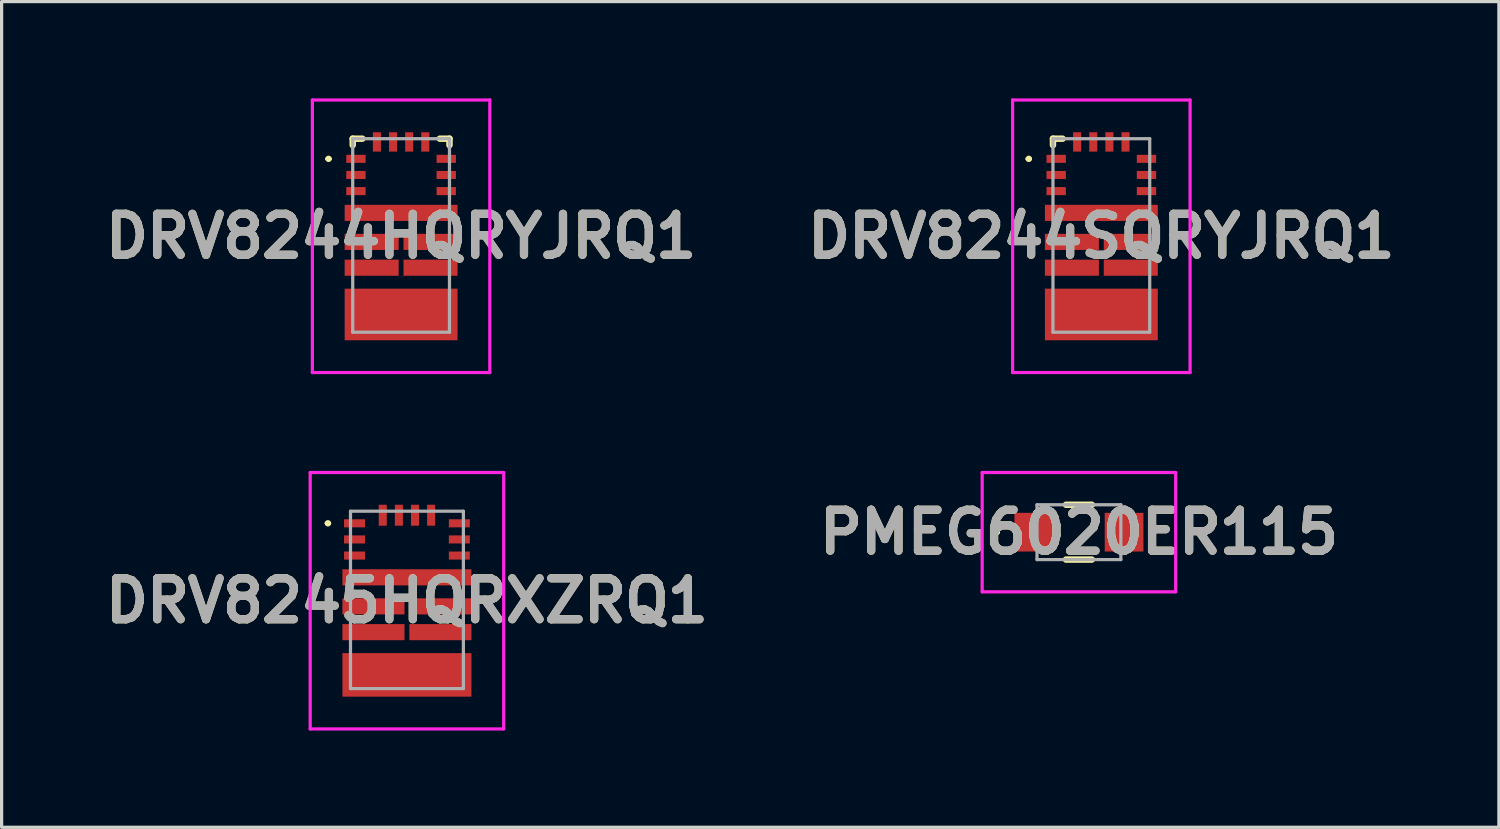
<source format=kicad_pcb>
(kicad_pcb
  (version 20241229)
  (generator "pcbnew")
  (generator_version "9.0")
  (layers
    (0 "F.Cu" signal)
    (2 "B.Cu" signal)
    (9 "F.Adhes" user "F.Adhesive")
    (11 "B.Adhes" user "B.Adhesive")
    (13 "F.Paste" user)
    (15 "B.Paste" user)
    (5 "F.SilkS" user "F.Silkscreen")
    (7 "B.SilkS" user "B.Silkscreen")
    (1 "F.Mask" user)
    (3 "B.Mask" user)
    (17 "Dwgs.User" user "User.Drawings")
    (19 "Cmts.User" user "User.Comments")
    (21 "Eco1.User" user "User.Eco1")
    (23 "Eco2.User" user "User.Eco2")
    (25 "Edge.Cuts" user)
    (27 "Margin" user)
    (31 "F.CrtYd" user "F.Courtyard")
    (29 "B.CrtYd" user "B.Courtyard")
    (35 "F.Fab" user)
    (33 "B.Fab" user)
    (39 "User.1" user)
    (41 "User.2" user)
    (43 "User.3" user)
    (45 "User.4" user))
  (footprint "PMEG6020ER115"
    (layer "F.Cu")
    (at 30.402 13.45)
    (property "Reference" "PMEG6020ER115" (at 0 0 0) (layer "F.SilkS") (effects (font (size 1.27 1.27) (thickness 0.254))))
    (attr smd)
    (fp_line (start -2.6 0) (end -2.6 0) (stroke (width 0.1) (type solid)) (layer "F.SilkS"))
    (fp_line (start -2.5 0) (end -2.5 0) (stroke (width 0.1) (type solid)) (layer "F.SilkS"))
    (fp_line (start -0.4 -0.85) (end 0.4 -0.85) (stroke (width 0.2) (type solid)) (layer "F.SilkS"))
    (fp_line (start -0.4 0.85) (end 0.4 0.85) (stroke (width 0.2) (type solid)) (layer "F.SilkS"))
    (fp_arc (start -2.6 0) (mid -2.55 -0.05) (end -2.5 0) (stroke (width 0.1) (type solid)) (layer "F.SilkS"))
    (fp_arc (start -2.5 0) (mid -2.55 0.05) (end -2.6 0) (stroke (width 0.1) (type solid)) (layer "F.SilkS"))
    (fp_line (start -3 -1.85) (end 3 -1.85) (stroke (width 0.1) (type solid)) (layer "F.CrtYd"))
    (fp_line (start -3 1.85) (end -3 -1.85) (stroke (width 0.1) (type solid)) (layer "F.CrtYd"))
    (fp_line (start 3 -1.85) (end 3 1.85) (stroke (width 0.1) (type solid)) (layer "F.CrtYd"))
    (fp_line (start 3 1.85) (end -3 1.85) (stroke (width 0.1) (type solid)) (layer "F.CrtYd"))
    (fp_line (start -1.3 -0.85) (end 1.3 -0.85) (stroke (width 0.1) (type solid)) (layer "F.Fab"))
    (fp_line (start -1.3 0.85) (end -1.3 -0.85) (stroke (width 0.1) (type solid)) (layer "F.Fab"))
    (fp_line (start 1.3 -0.85) (end 1.3 0.85) (stroke (width 0.1) (type solid)) (layer "F.Fab"))
    (fp_line (start 1.3 0.85) (end -1.3 0.85) (stroke (width 0.1) (type solid)) (layer "F.Fab"))
    (fp_text user "${REFERENCE}" (at 0 0 0) (layer "F.Fab") (effects (font (size 1.27 1.27) (thickness 0.254))))
    (pad "1" smd rect (at -1.4 0 90) (size 1.2 1.2) (layers "F.Cu" "F.Mask" "F.Paste"))
    (pad "2" smd rect (at 1.4 0 90) (size 1.2 1.2) (layers "F.Cu" "F.Mask" "F.Paste")))
  (footprint "DRV8244SQRYJRQ1"
    (layer "F.Cu")
    (at 31.097 4.25)
    (property "Reference" "DRV8244SQRYJRQ1" (at 0 0.025 0) (layer "F.SilkS") (effects (font (size 1.27 1.27) (thickness 0.254))))
    (attr smd)
    (fp_line (start -2.3 -2.375) (end -2.3 -2.375) (stroke (width 0.1) (type solid)) (layer "F.SilkS"))
    (fp_line (start -2.2 -2.375) (end -2.2 -2.375) (stroke (width 0.1) (type solid)) (layer "F.SilkS"))
    (fp_line (start -1.5 -3) (end -1.5 -2.8) (stroke (width 0.2) (type solid)) (layer "F.SilkS"))
    (fp_line (start -1.2 -3) (end -1.5 -3) (stroke (width 0.2) (type solid)) (layer "F.SilkS"))
    (fp_arc (start -2.3 -2.375) (mid -2.25 -2.425) (end -2.2 -2.375) (stroke (width 0.1) (type solid)) (layer "F.SilkS"))
    (fp_arc (start -2.2 -2.375) (mid -2.25 -2.325) (end -2.3 -2.375) (stroke (width 0.1) (type solid)) (layer "F.SilkS"))
    (fp_line (start -2.751 -4.2) (end 2.751 -4.2) (stroke (width 0.1) (type solid)) (layer "F.CrtYd"))
    (fp_line (start -2.751 4.25) (end -2.751 -4.2) (stroke (width 0.1) (type solid)) (layer "F.CrtYd"))
    (fp_line (start 2.751 -4.2) (end 2.751 4.25) (stroke (width 0.1) (type solid)) (layer "F.CrtYd"))
    (fp_line (start 2.751 4.25) (end -2.751 4.25) (stroke (width 0.1) (type solid)) (layer "F.CrtYd"))
    (fp_line (start -1.5 -3) (end 1.5 -3) (stroke (width 0.1) (type solid)) (layer "F.Fab"))
    (fp_line (start -1.5 3) (end -1.5 -3) (stroke (width 0.1) (type solid)) (layer "F.Fab"))
    (fp_line (start 1.5 -3) (end 1.5 3) (stroke (width 0.1) (type solid)) (layer "F.Fab"))
    (fp_line (start 1.5 3) (end -1.5 3) (stroke (width 0.1) (type solid)) (layer "F.Fab"))
    (fp_text user "${REFERENCE}" (at 0 0.025 0) (layer "F.Fab") (effects (font (size 1.27 1.27) (thickness 0.254))))
    (pad "1" smd rect (at -1.4 -2.375 90) (size 0.25 0.6) (layers "F.Cu" "F.Mask" "F.Paste"))
    (pad "2" smd rect (at -1.4 -1.875 90) (size 0.25 0.6) (layers "F.Cu" "F.Mask" "F.Paste"))
    (pad "3" smd rect (at -1.4 -1.375 90) (size 0.25 0.6) (layers "F.Cu" "F.Mask" "F.Paste"))
    (pad "4" smd rect (at 0 -0.7 90) (size 0.5 3.5) (layers "F.Cu" "F.Mask" "F.Paste"))
    (pad "5" smd rect (at -0.913 0.2 90) (size 0.5 1.675) (layers "F.Cu" "F.Mask" "F.Paste"))
    (pad "6" smd rect (at -0.913 1 90) (size 0.5 1.675) (layers "F.Cu" "F.Mask" "F.Paste"))
    (pad "7" smd rect (at 0 2.45 90) (size 1.6 3.5) (layers "F.Cu" "F.Mask" "F.Paste"))
    (pad "8" smd rect (at 0.913 1 90) (size 0.5 1.675) (layers "F.Cu" "F.Mask" "F.Paste"))
    (pad "9" smd rect (at 0.913 0.2 90) (size 0.5 1.675) (layers "F.Cu" "F.Mask" "F.Paste"))
    (pad "10" smd rect (at 1.4 -1.375 90) (size 0.25 0.6) (layers "F.Cu" "F.Mask" "F.Paste"))
    (pad "11" smd rect (at 1.4 -1.875 90) (size 0.25 0.6) (layers "F.Cu" "F.Mask" "F.Paste"))
    (pad "12" smd rect (at 1.4 -2.375 90) (size 0.25 0.6) (layers "F.Cu" "F.Mask" "F.Paste"))
    (pad "13" smd rect (at 0.75 -2.9) (size 0.25 0.6) (layers "F.Cu" "F.Mask" "F.Paste"))
    (pad "14" smd rect (at 0.25 -2.9) (size 0.25 0.6) (layers "F.Cu" "F.Mask" "F.Paste"))
    (pad "15" smd rect (at -0.25 -2.9) (size 0.25 0.6) (layers "F.Cu" "F.Mask" "F.Paste"))
    (pad "16" smd rect (at -0.75 -2.9) (size 0.25 0.6) (layers "F.Cu" "F.Mask" "F.Paste")))
  (footprint "DRV8244HQRYJRQ1"
    (layer "F.Cu")
    (at 9.386 4.25)
    (property "Reference" "DRV8244HQRYJRQ1" (at 0 0.025 0) (layer "F.SilkS") (effects (font (size 1.27 1.27) (thickness 0.254))))
    (attr smd)
    (fp_line (start -2.3 -2.375) (end -2.3 -2.375) (stroke (width 0.1) (type solid)) (layer "F.SilkS"))
    (fp_line (start -2.2 -2.375) (end -2.2 -2.375) (stroke (width 0.1) (type solid)) (layer "F.SilkS"))
    (fp_line (start -1.5 -3) (end -1.5 -2.8) (stroke (width 0.2) (type solid)) (layer "F.SilkS"))
    (fp_line (start -1.2 -3) (end -1.5 -3) (stroke (width 0.2) (type solid)) (layer "F.SilkS"))
    (fp_line (start 1.5 -3) (end 1.2 -3) (stroke (width 0.2) (type solid)) (layer "F.SilkS"))
    (fp_line (start 1.5 -2.8) (end 1.5 -3) (stroke (width 0.2) (type solid)) (layer "F.SilkS"))
    (fp_arc (start -2.3 -2.375) (mid -2.25 -2.425) (end -2.2 -2.375) (stroke (width 0.1) (type solid)) (layer "F.SilkS"))
    (fp_arc (start -2.2 -2.375) (mid -2.25 -2.325) (end -2.3 -2.375) (stroke (width 0.1) (type solid)) (layer "F.SilkS"))
    (fp_line (start -2.751 -4.2) (end 2.751 -4.2) (stroke (width 0.1) (type solid)) (layer "F.CrtYd"))
    (fp_line (start -2.751 4.25) (end -2.751 -4.2) (stroke (width 0.1) (type solid)) (layer "F.CrtYd"))
    (fp_line (start 2.751 -4.2) (end 2.751 4.25) (stroke (width 0.1) (type solid)) (layer "F.CrtYd"))
    (fp_line (start 2.751 4.25) (end -2.751 4.25) (stroke (width 0.1) (type solid)) (layer "F.CrtYd"))
    (fp_line (start -1.5 -3) (end 1.5 -3) (stroke (width 0.1) (type solid)) (layer "F.Fab"))
    (fp_line (start -1.5 3) (end -1.5 -3) (stroke (width 0.1) (type solid)) (layer "F.Fab"))
    (fp_line (start 1.5 -3) (end 1.5 3) (stroke (width 0.1) (type solid)) (layer "F.Fab"))
    (fp_line (start 1.5 3) (end -1.5 3) (stroke (width 0.1) (type solid)) (layer "F.Fab"))
    (fp_text user "${REFERENCE}" (at 0 0.025 0) (layer "F.Fab") (effects (font (size 1.27 1.27) (thickness 0.254))))
    (pad "1" smd rect (at -1.4 -2.375 90) (size 0.25 0.6) (layers "F.Cu" "F.Mask" "F.Paste"))
    (pad "2" smd rect (at -1.4 -1.875 90) (size 0.25 0.6) (layers "F.Cu" "F.Mask" "F.Paste"))
    (pad "3" smd rect (at -1.4 -1.375 90) (size 0.25 0.6) (layers "F.Cu" "F.Mask" "F.Paste"))
    (pad "4" smd rect (at 0 -0.7 90) (size 0.5 3.5) (layers "F.Cu" "F.Mask" "F.Paste"))
    (pad "5" smd rect (at -0.913 0.2 90) (size 0.5 1.675) (layers "F.Cu" "F.Mask" "F.Paste"))
    (pad "6" smd rect (at -0.913 1 90) (size 0.5 1.675) (layers "F.Cu" "F.Mask" "F.Paste"))
    (pad "7" smd rect (at 0 2.45 90) (size 1.6 3.5) (layers "F.Cu" "F.Mask" "F.Paste"))
    (pad "8" smd rect (at 0.913 1 90) (size 0.5 1.675) (layers "F.Cu" "F.Mask" "F.Paste"))
    (pad "9" smd rect (at 0.913 0.2 90) (size 0.5 1.675) (layers "F.Cu" "F.Mask" "F.Paste"))
    (pad "10" smd rect (at 1.4 -1.375 90) (size 0.25 0.6) (layers "F.Cu" "F.Mask" "F.Paste"))
    (pad "11" smd rect (at 1.4 -1.875 90) (size 0.25 0.6) (layers "F.Cu" "F.Mask" "F.Paste"))
    (pad "12" smd rect (at 1.4 -2.375 90) (size 0.25 0.6) (layers "F.Cu" "F.Mask" "F.Paste"))
    (pad "13" smd rect (at 0.75 -2.9) (size 0.25 0.6) (layers "F.Cu" "F.Mask" "F.Paste"))
    (pad "14" smd rect (at 0.25 -2.9) (size 0.25 0.6) (layers "F.Cu" "F.Mask" "F.Paste"))
    (pad "15" smd rect (at -0.25 -2.9) (size 0.25 0.6) (layers "F.Cu" "F.Mask" "F.Paste"))
    (pad "16" smd rect (at -0.75 -2.9) (size 0.25 0.6) (layers "F.Cu" "F.Mask" "F.Paste")))
  (footprint "DRV8245HQRXZRQ1"
    (layer "F.Cu")
    (at 9.567 15.55)
    (property "Reference" "DRV8245HQRXZRQ1" (at 0 0.025 0) (layer "F.SilkS") (effects (font (size 1.27 1.27) (thickness 0.254))))
    (attr smd)
    (fp_line (start -2.5 -2.375) (end -2.5 -2.375) (stroke (width 0.1) (type solid)) (layer "F.SilkS"))
    (fp_line (start -2.4 -2.375) (end -2.4 -2.375) (stroke (width 0.1) (type solid)) (layer "F.SilkS"))
    (fp_arc (start -2.5 -2.375) (mid -2.45 -2.425) (end -2.4 -2.375) (stroke (width 0.1) (type solid)) (layer "F.SilkS"))
    (fp_arc (start -2.4 -2.375) (mid -2.45 -2.325) (end -2.5 -2.375) (stroke (width 0.1) (type solid)) (layer "F.SilkS"))
    (fp_line (start -3 -3.95) (end 3 -3.95) (stroke (width 0.1) (type solid)) (layer "F.CrtYd"))
    (fp_line (start -3 4) (end -3 -3.95) (stroke (width 0.1) (type solid)) (layer "F.CrtYd"))
    (fp_line (start 3 -3.95) (end 3 4) (stroke (width 0.1) (type solid)) (layer "F.CrtYd"))
    (fp_line (start 3 4) (end -3 4) (stroke (width 0.1) (type solid)) (layer "F.CrtYd"))
    (fp_line (start -1.75 -2.75) (end 1.75 -2.75) (stroke (width 0.1) (type solid)) (layer "F.Fab"))
    (fp_line (start -1.75 2.75) (end -1.75 -2.75) (stroke (width 0.1) (type solid)) (layer "F.Fab"))
    (fp_line (start 1.75 -2.75) (end 1.75 2.75) (stroke (width 0.1) (type solid)) (layer "F.Fab"))
    (fp_line (start 1.75 2.75) (end -1.75 2.75) (stroke (width 0.1) (type solid)) (layer "F.Fab"))
    (fp_text user "${REFERENCE}" (at 0 0.025 0) (layer "F.Fab") (effects (font (size 1.27 1.27) (thickness 0.254))))
    (pad "1" smd rect (at -1.625 -2.375 90) (size 0.25 0.65) (layers "F.Cu" "F.Mask" "F.Paste"))
    (pad "2" smd rect (at -1.625 -1.875 90) (size 0.25 0.65) (layers "F.Cu" "F.Mask" "F.Paste"))
    (pad "3" smd rect (at -1.625 -1.375 90) (size 0.25 0.65) (layers "F.Cu" "F.Mask" "F.Paste"))
    (pad "4" smd rect (at 0 -0.7 90) (size 0.5 4) (layers "F.Cu" "F.Mask" "F.Paste"))
    (pad "5" smd rect (at -1.038 0.2 90) (size 0.5 1.925) (layers "F.Cu" "F.Mask" "F.Paste"))
    (pad "6" smd rect (at -1.038 1 90) (size 0.5 1.925) (layers "F.Cu" "F.Mask" "F.Paste"))
    (pad "7" smd rect (at 0 2.325 90) (size 1.35 4) (layers "F.Cu" "F.Mask" "F.Paste"))
    (pad "8" smd rect (at 1.037 1 90) (size 0.5 1.925) (layers "F.Cu" "F.Mask" "F.Paste"))
    (pad "9" smd rect (at 1.037 0.2 90) (size 0.5 1.925) (layers "F.Cu" "F.Mask" "F.Paste"))
    (pad "10" smd rect (at 1.625 -1.375 90) (size 0.25 0.65) (layers "F.Cu" "F.Mask" "F.Paste"))
    (pad "11" smd rect (at 1.625 -1.875 90) (size 0.25 0.65) (layers "F.Cu" "F.Mask" "F.Paste"))
    (pad "12" smd rect (at 1.625 -2.375 90) (size 0.25 0.65) (layers "F.Cu" "F.Mask" "F.Paste"))
    (pad "13" smd rect (at 0.75 -2.625) (size 0.25 0.65) (layers "F.Cu" "F.Mask" "F.Paste"))
    (pad "14" smd rect (at 0.25 -2.625) (size 0.25 0.65) (layers "F.Cu" "F.Mask" "F.Paste"))
    (pad "15" smd rect (at -0.25 -2.625) (size 0.25 0.65) (layers "F.Cu" "F.Mask" "F.Paste"))
    (pad "16" smd rect (at -0.75 -2.625) (size 0.25 0.65) (layers "F.Cu" "F.Mask" "F.Paste")))
  (gr_rect
    (start -3 -3)
    (end 43.423 22.6)
    (stroke (width 0.1) (type default))
    (fill no)
    (layer "Edge.Cuts")))
</source>
